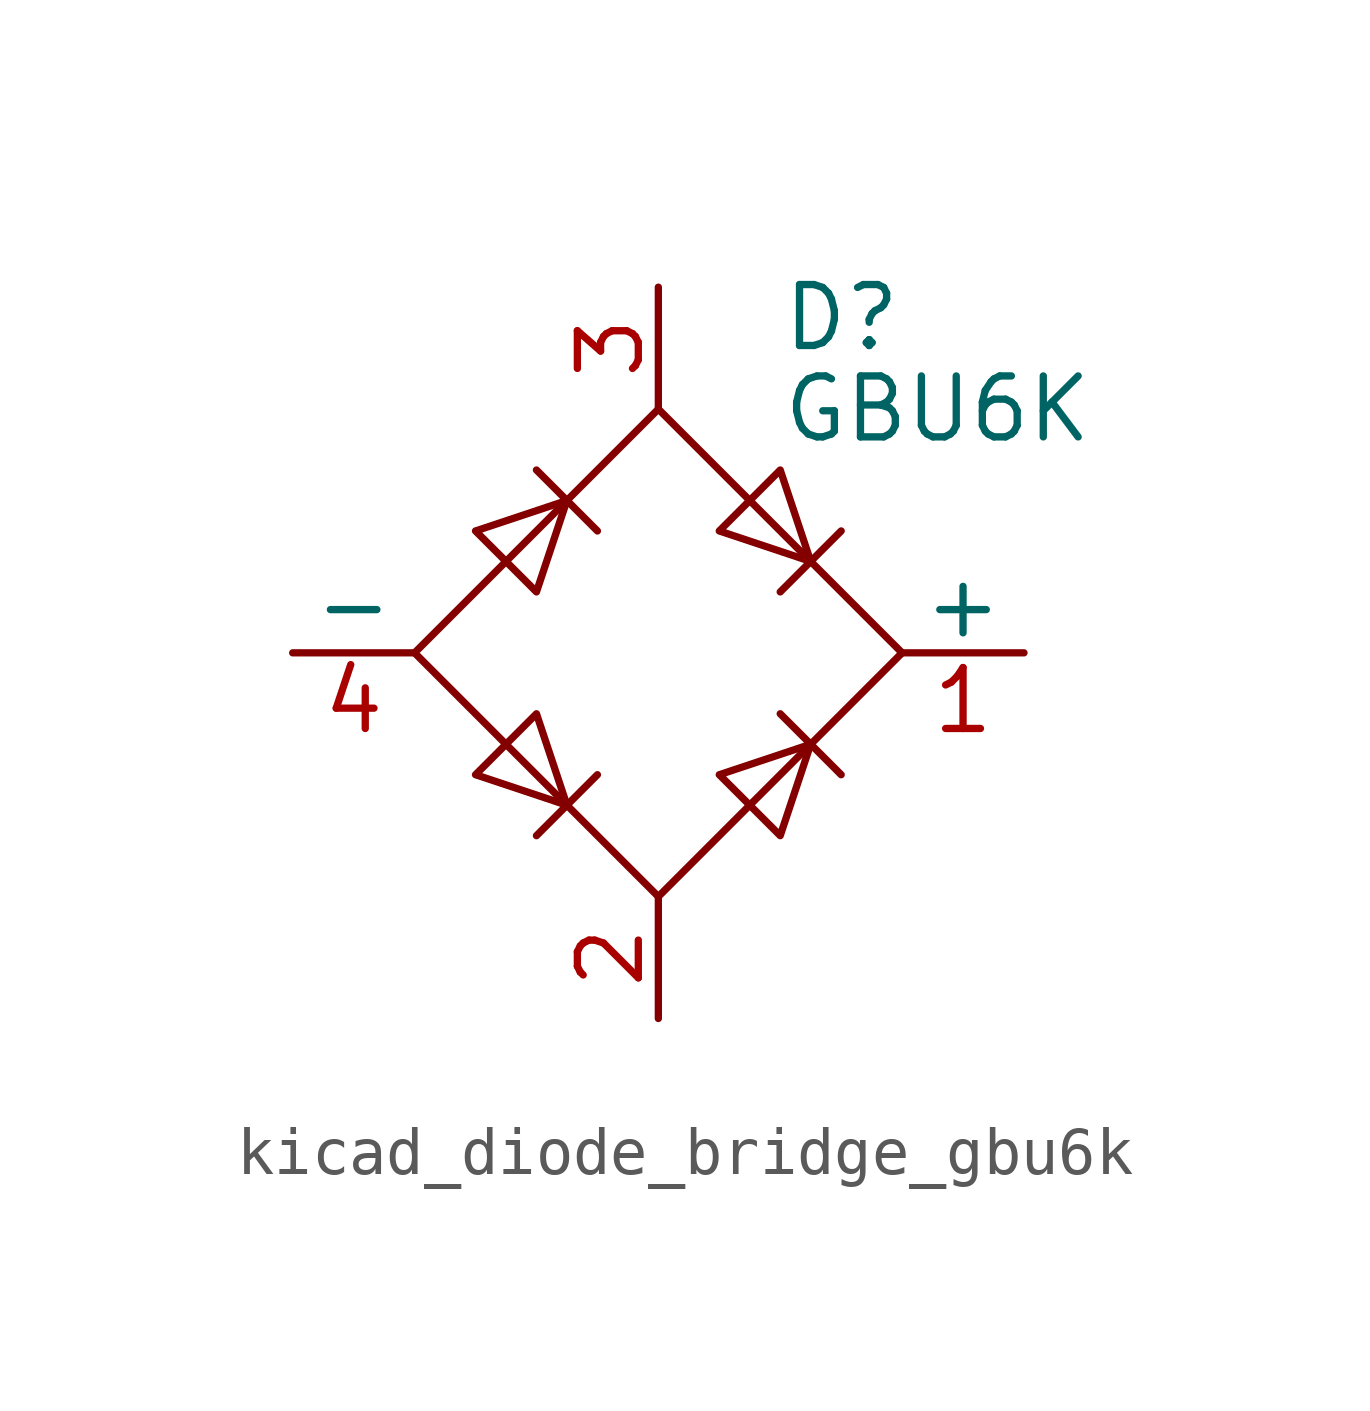
<source format=kicad_sym>
(kicad_symbol_lib
  (version 20220914)
  (generator kicad_symbol_editor)
  (symbol "kicad_diode_bridge_gbu6k"
    (pin_names
      (offset 0))
    (property "Reference" "D"
      (at 2.54 6.985 0)
      (effects (font (size 1.27 1.27)) (justify left)))
    (property "Value" "GBU6K"
      (at 2.54 5.08 0)
      (effects (font (size 1.27 1.27)) (justify left)))
    (symbol "kicad_diode_bridge_gbu6k_0_1"
      (polyline (pts (xy -2.54 3.81) (xy -1.27 2.54)) (stroke (width 0) (type default)) (fill (type none)))
      (polyline (pts (xy -1.27 -2.54) (xy -2.54 -3.81)) (stroke (width 0) (type default)) (fill (type none)))
      (polyline (pts (xy 2.54 -1.27) (xy 3.81 -2.54)) (stroke (width 0) (type default)) (fill (type none)))
      (polyline (pts (xy 2.54 1.27) (xy 3.81 2.54)) (stroke (width 0) (type default)) (fill (type none)))
      (polyline (pts (xy -3.81 2.54) (xy -2.54 1.27) (xy -1.905 3.175) (xy -3.81 2.54)) (stroke (width 0) (type default)) (fill (type none)))
      (polyline (pts (xy -2.54 -1.27) (xy -3.81 -2.54) (xy -1.905 -3.175) (xy -2.54 -1.27)) (stroke (width 0) (type default)) (fill (type none)))
      (polyline (pts (xy 1.27 2.54) (xy 2.54 3.81) (xy 3.175 1.905) (xy 1.27 2.54)) (stroke (width 0) (type default)) (fill (type none)))
      (polyline (pts (xy 3.175 -1.905) (xy 1.27 -2.54) (xy 2.54 -3.81) (xy 3.175 -1.905)) (stroke (width 0) (type default)) (fill (type none)))
      (polyline (pts (xy -5.08 0) (xy 0 -5.08) (xy 5.08 0) (xy 0 5.08) (xy -5.08 0)) (stroke (width 0) (type default)) (fill (type none))))
    (symbol "kicad_diode_bridge_gbu6k_1_1"
      (pin passive line (at 7.62 0 180) (length 2.54) (name "+" (effects (font (size 1.27 1.27)))) (number "1" (effects (font (size 1.27 1.27)))))
      (pin passive line (at 0 -7.62 90) (length 2.54) (name "~" (effects (font (size 1.27 1.27)))) (number "2" (effects (font (size 1.27 1.27)))))
      (pin passive line (at 0 7.62 270) (length 2.54) (name "~" (effects (font (size 1.27 1.27)))) (number "3" (effects (font (size 1.27 1.27)))))
      (pin passive line (at -7.62 0 0) (length 2.54) (name "-" (effects (font (size 1.27 1.27)))) (number "4" (effects (font (size 1.27 1.27))))))))
</source>
